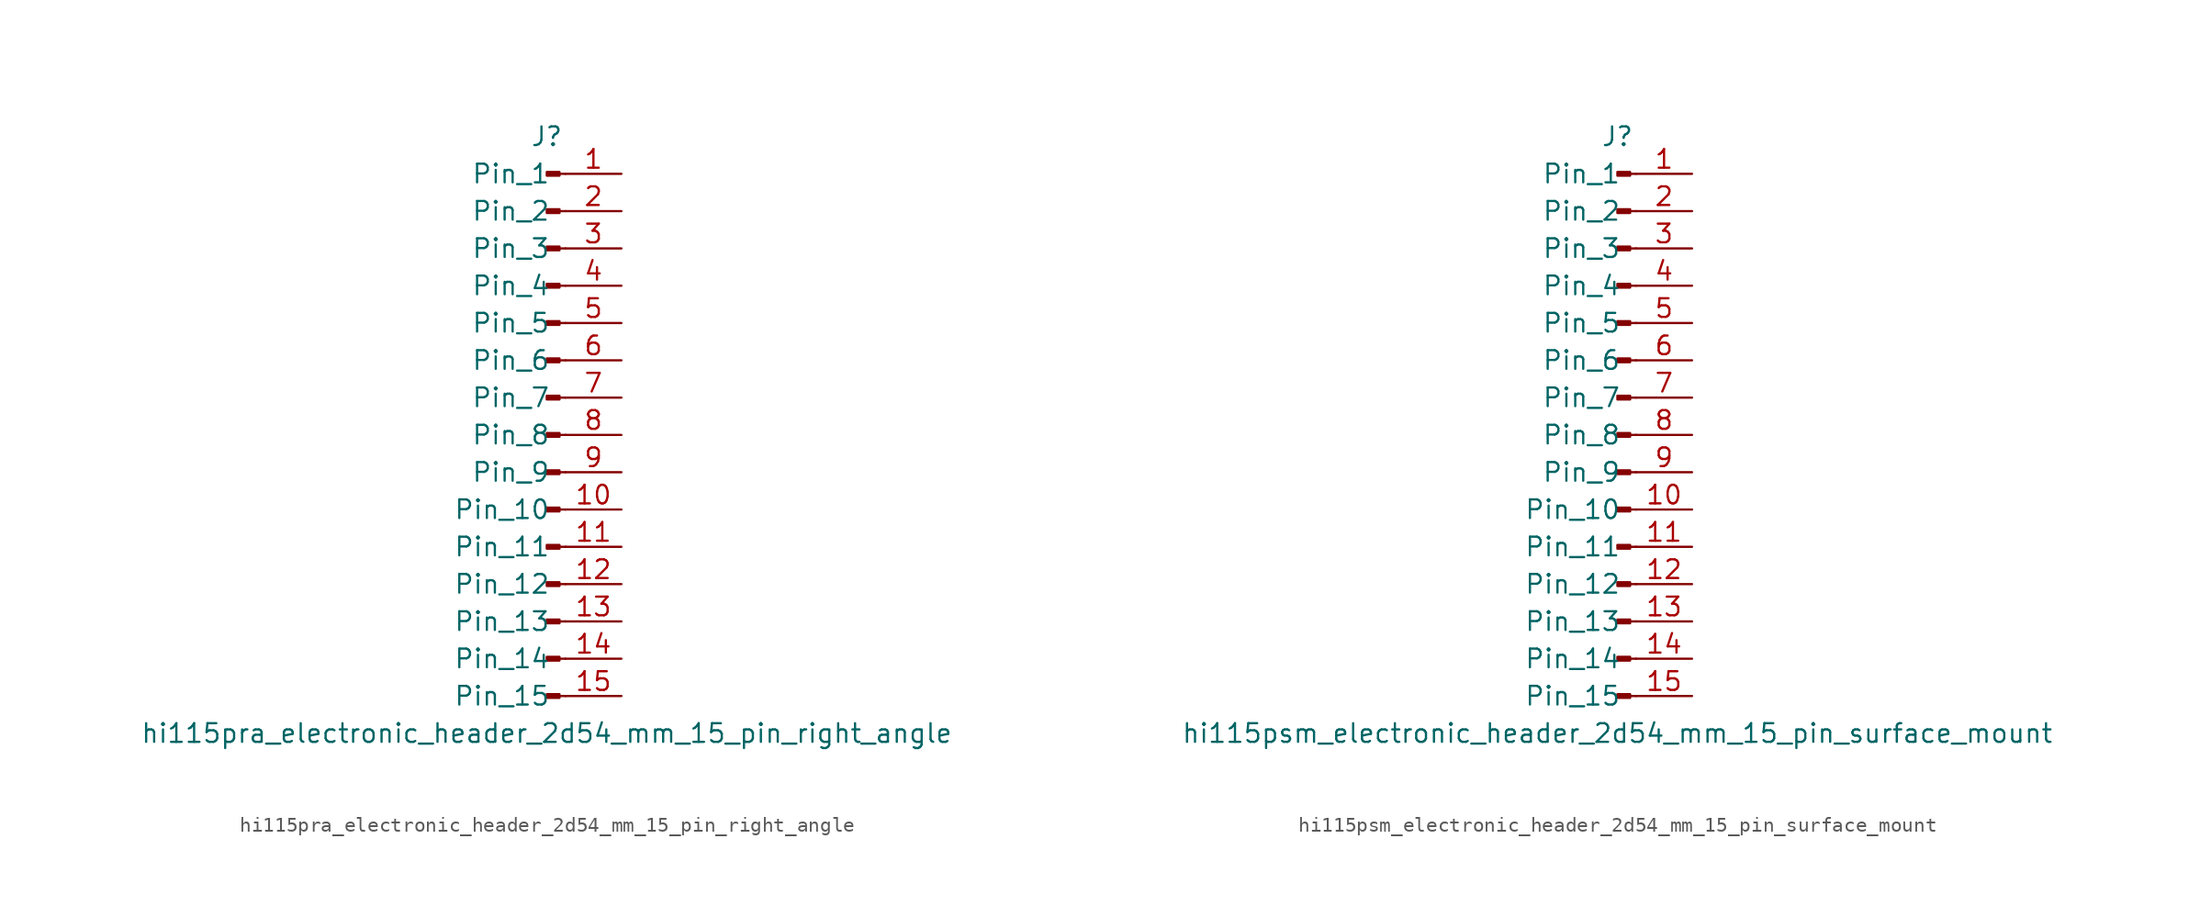
<source format=kicad_sym>
(kicad_symbol_lib
  (version 20220914)
  (generator kicad_symbol_editor)
  (symbol "hi115pra_electronic_header_2d54_mm_15_pin_right_angle"
    (pin_names
      (offset 1.016))
    (property "Reference" "J"
      (at 0 20.32 0)
      (effects (font (size 1.27 1.27))))
    (property "Value" "hi115pra_electronic_header_2d54_mm_15_pin_right_angle"
      (at 0 -20.32 0)
      (effects (font (size 1.27 1.27))))
    (property "ki_locked" ""
      (at 0 0 0)
      (effects (font (size 1.27 1.27))))
    (symbol "hi115pra_electronic_header_2d54_mm_15_pin_right_angle_1_1"
      (polyline (pts (xy 1.27 -17.78) (xy 0.864 -17.78)) (stroke (width 0.152) (type default)) (fill (type none)))
      (polyline (pts (xy 1.27 -15.24) (xy 0.864 -15.24)) (stroke (width 0.152) (type default)) (fill (type none)))
      (polyline (pts (xy 1.27 -12.7) (xy 0.864 -12.7)) (stroke (width 0.152) (type default)) (fill (type none)))
      (polyline (pts (xy 1.27 -10.16) (xy 0.864 -10.16)) (stroke (width 0.152) (type default)) (fill (type none)))
      (polyline (pts (xy 1.27 -7.62) (xy 0.864 -7.62)) (stroke (width 0.152) (type default)) (fill (type none)))
      (polyline (pts (xy 1.27 -5.08) (xy 0.864 -5.08)) (stroke (width 0.152) (type default)) (fill (type none)))
      (polyline (pts (xy 1.27 -2.54) (xy 0.864 -2.54)) (stroke (width 0.152) (type default)) (fill (type none)))
      (polyline (pts (xy 1.27 0) (xy 0.864 0)) (stroke (width 0.152) (type default)) (fill (type none)))
      (polyline (pts (xy 1.27 2.54) (xy 0.864 2.54)) (stroke (width 0.152) (type default)) (fill (type none)))
      (polyline (pts (xy 1.27 5.08) (xy 0.864 5.08)) (stroke (width 0.152) (type default)) (fill (type none)))
      (polyline (pts (xy 1.27 7.62) (xy 0.864 7.62)) (stroke (width 0.152) (type default)) (fill (type none)))
      (polyline (pts (xy 1.27 10.16) (xy 0.864 10.16)) (stroke (width 0.152) (type default)) (fill (type none)))
      (polyline (pts (xy 1.27 12.7) (xy 0.864 12.7)) (stroke (width 0.152) (type default)) (fill (type none)))
      (polyline (pts (xy 1.27 15.24) (xy 0.864 15.24)) (stroke (width 0.152) (type default)) (fill (type none)))
      (polyline (pts (xy 1.27 17.78) (xy 0.864 17.78)) (stroke (width 0.152) (type default)) (fill (type none)))
      (rectangle (start 0.864 -17.653) (end 0 -17.907) (stroke (width 0.152) (type default)) (fill (type outline)))
      (rectangle (start 0.864 -15.113) (end 0 -15.367) (stroke (width 0.152) (type default)) (fill (type outline)))
      (rectangle (start 0.864 -12.573) (end 0 -12.827) (stroke (width 0.152) (type default)) (fill (type outline)))
      (rectangle (start 0.864 -10.033) (end 0 -10.287) (stroke (width 0.152) (type default)) (fill (type outline)))
      (rectangle (start 0.864 -7.493) (end 0 -7.747) (stroke (width 0.152) (type default)) (fill (type outline)))
      (rectangle (start 0.864 -4.953) (end 0 -5.207) (stroke (width 0.152) (type default)) (fill (type outline)))
      (rectangle (start 0.864 -2.413) (end 0 -2.667) (stroke (width 0.152) (type default)) (fill (type outline)))
      (rectangle (start 0.864 0.127) (end 0 -0.127) (stroke (width 0.152) (type default)) (fill (type outline)))
      (rectangle (start 0.864 2.667) (end 0 2.413) (stroke (width 0.152) (type default)) (fill (type outline)))
      (rectangle (start 0.864 5.207) (end 0 4.953) (stroke (width 0.152) (type default)) (fill (type outline)))
      (rectangle (start 0.864 7.747) (end 0 7.493) (stroke (width 0.152) (type default)) (fill (type outline)))
      (rectangle (start 0.864 10.287) (end 0 10.033) (stroke (width 0.152) (type default)) (fill (type outline)))
      (rectangle (start 0.864 12.827) (end 0 12.573) (stroke (width 0.152) (type default)) (fill (type outline)))
      (rectangle (start 0.864 15.367) (end 0 15.113) (stroke (width 0.152) (type default)) (fill (type outline)))
      (rectangle (start 0.864 17.907) (end 0 17.653) (stroke (width 0.152) (type default)) (fill (type outline)))
      (pin passive line (at 5.08 17.78 180) (length 3.81) (name "Pin_1" (effects (font (size 1.27 1.27)))) (number "1" (effects (font (size 1.27 1.27)))))
      (pin passive line (at 5.08 -5.08 180) (length 3.81) (name "Pin_10" (effects (font (size 1.27 1.27)))) (number "10" (effects (font (size 1.27 1.27)))))
      (pin passive line (at 5.08 -7.62 180) (length 3.81) (name "Pin_11" (effects (font (size 1.27 1.27)))) (number "11" (effects (font (size 1.27 1.27)))))
      (pin passive line (at 5.08 -10.16 180) (length 3.81) (name "Pin_12" (effects (font (size 1.27 1.27)))) (number "12" (effects (font (size 1.27 1.27)))))
      (pin passive line (at 5.08 -12.7 180) (length 3.81) (name "Pin_13" (effects (font (size 1.27 1.27)))) (number "13" (effects (font (size 1.27 1.27)))))
      (pin passive line (at 5.08 -15.24 180) (length 3.81) (name "Pin_14" (effects (font (size 1.27 1.27)))) (number "14" (effects (font (size 1.27 1.27)))))
      (pin passive line (at 5.08 -17.78 180) (length 3.81) (name "Pin_15" (effects (font (size 1.27 1.27)))) (number "15" (effects (font (size 1.27 1.27)))))
      (pin passive line (at 5.08 15.24 180) (length 3.81) (name "Pin_2" (effects (font (size 1.27 1.27)))) (number "2" (effects (font (size 1.27 1.27)))))
      (pin passive line (at 5.08 12.7 180) (length 3.81) (name "Pin_3" (effects (font (size 1.27 1.27)))) (number "3" (effects (font (size 1.27 1.27)))))
      (pin passive line (at 5.08 10.16 180) (length 3.81) (name "Pin_4" (effects (font (size 1.27 1.27)))) (number "4" (effects (font (size 1.27 1.27)))))
      (pin passive line (at 5.08 7.62 180) (length 3.81) (name "Pin_5" (effects (font (size 1.27 1.27)))) (number "5" (effects (font (size 1.27 1.27)))))
      (pin passive line (at 5.08 5.08 180) (length 3.81) (name "Pin_6" (effects (font (size 1.27 1.27)))) (number "6" (effects (font (size 1.27 1.27)))))
      (pin passive line (at 5.08 2.54 180) (length 3.81) (name "Pin_7" (effects (font (size 1.27 1.27)))) (number "7" (effects (font (size 1.27 1.27)))))
      (pin passive line (at 5.08 0 180) (length 3.81) (name "Pin_8" (effects (font (size 1.27 1.27)))) (number "8" (effects (font (size 1.27 1.27)))))
      (pin passive line (at 5.08 -2.54 180) (length 3.81) (name "Pin_9" (effects (font (size 1.27 1.27)))) (number "9" (effects (font (size 1.27 1.27)))))))
  (symbol "hi115psm_electronic_header_2d54_mm_15_pin_surface_mount"
    (pin_names
      (offset 1.016))
    (property "Reference" "J"
      (at 0 20.32 0)
      (effects (font (size 1.27 1.27))))
    (property "Value" "hi115psm_electronic_header_2d54_mm_15_pin_surface_mount"
      (at 0 -20.32 0)
      (effects (font (size 1.27 1.27))))
    (property "ki_locked" ""
      (at 0 0 0)
      (effects (font (size 1.27 1.27))))
    (symbol "hi115psm_electronic_header_2d54_mm_15_pin_surface_mount_1_1"
      (polyline (pts (xy 1.27 -17.78) (xy 0.864 -17.78)) (stroke (width 0.152) (type default)) (fill (type none)))
      (polyline (pts (xy 1.27 -15.24) (xy 0.864 -15.24)) (stroke (width 0.152) (type default)) (fill (type none)))
      (polyline (pts (xy 1.27 -12.7) (xy 0.864 -12.7)) (stroke (width 0.152) (type default)) (fill (type none)))
      (polyline (pts (xy 1.27 -10.16) (xy 0.864 -10.16)) (stroke (width 0.152) (type default)) (fill (type none)))
      (polyline (pts (xy 1.27 -7.62) (xy 0.864 -7.62)) (stroke (width 0.152) (type default)) (fill (type none)))
      (polyline (pts (xy 1.27 -5.08) (xy 0.864 -5.08)) (stroke (width 0.152) (type default)) (fill (type none)))
      (polyline (pts (xy 1.27 -2.54) (xy 0.864 -2.54)) (stroke (width 0.152) (type default)) (fill (type none)))
      (polyline (pts (xy 1.27 0) (xy 0.864 0)) (stroke (width 0.152) (type default)) (fill (type none)))
      (polyline (pts (xy 1.27 2.54) (xy 0.864 2.54)) (stroke (width 0.152) (type default)) (fill (type none)))
      (polyline (pts (xy 1.27 5.08) (xy 0.864 5.08)) (stroke (width 0.152) (type default)) (fill (type none)))
      (polyline (pts (xy 1.27 7.62) (xy 0.864 7.62)) (stroke (width 0.152) (type default)) (fill (type none)))
      (polyline (pts (xy 1.27 10.16) (xy 0.864 10.16)) (stroke (width 0.152) (type default)) (fill (type none)))
      (polyline (pts (xy 1.27 12.7) (xy 0.864 12.7)) (stroke (width 0.152) (type default)) (fill (type none)))
      (polyline (pts (xy 1.27 15.24) (xy 0.864 15.24)) (stroke (width 0.152) (type default)) (fill (type none)))
      (polyline (pts (xy 1.27 17.78) (xy 0.864 17.78)) (stroke (width 0.152) (type default)) (fill (type none)))
      (rectangle (start 0.864 -17.653) (end 0 -17.907) (stroke (width 0.152) (type default)) (fill (type outline)))
      (rectangle (start 0.864 -15.113) (end 0 -15.367) (stroke (width 0.152) (type default)) (fill (type outline)))
      (rectangle (start 0.864 -12.573) (end 0 -12.827) (stroke (width 0.152) (type default)) (fill (type outline)))
      (rectangle (start 0.864 -10.033) (end 0 -10.287) (stroke (width 0.152) (type default)) (fill (type outline)))
      (rectangle (start 0.864 -7.493) (end 0 -7.747) (stroke (width 0.152) (type default)) (fill (type outline)))
      (rectangle (start 0.864 -4.953) (end 0 -5.207) (stroke (width 0.152) (type default)) (fill (type outline)))
      (rectangle (start 0.864 -2.413) (end 0 -2.667) (stroke (width 0.152) (type default)) (fill (type outline)))
      (rectangle (start 0.864 0.127) (end 0 -0.127) (stroke (width 0.152) (type default)) (fill (type outline)))
      (rectangle (start 0.864 2.667) (end 0 2.413) (stroke (width 0.152) (type default)) (fill (type outline)))
      (rectangle (start 0.864 5.207) (end 0 4.953) (stroke (width 0.152) (type default)) (fill (type outline)))
      (rectangle (start 0.864 7.747) (end 0 7.493) (stroke (width 0.152) (type default)) (fill (type outline)))
      (rectangle (start 0.864 10.287) (end 0 10.033) (stroke (width 0.152) (type default)) (fill (type outline)))
      (rectangle (start 0.864 12.827) (end 0 12.573) (stroke (width 0.152) (type default)) (fill (type outline)))
      (rectangle (start 0.864 15.367) (end 0 15.113) (stroke (width 0.152) (type default)) (fill (type outline)))
      (rectangle (start 0.864 17.907) (end 0 17.653) (stroke (width 0.152) (type default)) (fill (type outline)))
      (pin passive line (at 5.08 17.78 180) (length 3.81) (name "Pin_1" (effects (font (size 1.27 1.27)))) (number "1" (effects (font (size 1.27 1.27)))))
      (pin passive line (at 5.08 -5.08 180) (length 3.81) (name "Pin_10" (effects (font (size 1.27 1.27)))) (number "10" (effects (font (size 1.27 1.27)))))
      (pin passive line (at 5.08 -7.62 180) (length 3.81) (name "Pin_11" (effects (font (size 1.27 1.27)))) (number "11" (effects (font (size 1.27 1.27)))))
      (pin passive line (at 5.08 -10.16 180) (length 3.81) (name "Pin_12" (effects (font (size 1.27 1.27)))) (number "12" (effects (font (size 1.27 1.27)))))
      (pin passive line (at 5.08 -12.7 180) (length 3.81) (name "Pin_13" (effects (font (size 1.27 1.27)))) (number "13" (effects (font (size 1.27 1.27)))))
      (pin passive line (at 5.08 -15.24 180) (length 3.81) (name "Pin_14" (effects (font (size 1.27 1.27)))) (number "14" (effects (font (size 1.27 1.27)))))
      (pin passive line (at 5.08 -17.78 180) (length 3.81) (name "Pin_15" (effects (font (size 1.27 1.27)))) (number "15" (effects (font (size 1.27 1.27)))))
      (pin passive line (at 5.08 15.24 180) (length 3.81) (name "Pin_2" (effects (font (size 1.27 1.27)))) (number "2" (effects (font (size 1.27 1.27)))))
      (pin passive line (at 5.08 12.7 180) (length 3.81) (name "Pin_3" (effects (font (size 1.27 1.27)))) (number "3" (effects (font (size 1.27 1.27)))))
      (pin passive line (at 5.08 10.16 180) (length 3.81) (name "Pin_4" (effects (font (size 1.27 1.27)))) (number "4" (effects (font (size 1.27 1.27)))))
      (pin passive line (at 5.08 7.62 180) (length 3.81) (name "Pin_5" (effects (font (size 1.27 1.27)))) (number "5" (effects (font (size 1.27 1.27)))))
      (pin passive line (at 5.08 5.08 180) (length 3.81) (name "Pin_6" (effects (font (size 1.27 1.27)))) (number "6" (effects (font (size 1.27 1.27)))))
      (pin passive line (at 5.08 2.54 180) (length 3.81) (name "Pin_7" (effects (font (size 1.27 1.27)))) (number "7" (effects (font (size 1.27 1.27)))))
      (pin passive line (at 5.08 0 180) (length 3.81) (name "Pin_8" (effects (font (size 1.27 1.27)))) (number "8" (effects (font (size 1.27 1.27)))))
      (pin passive line (at 5.08 -2.54 180) (length 3.81) (name "Pin_9" (effects (font (size 1.27 1.27)))) (number "9" (effects (font (size 1.27 1.27))))))))
</source>
